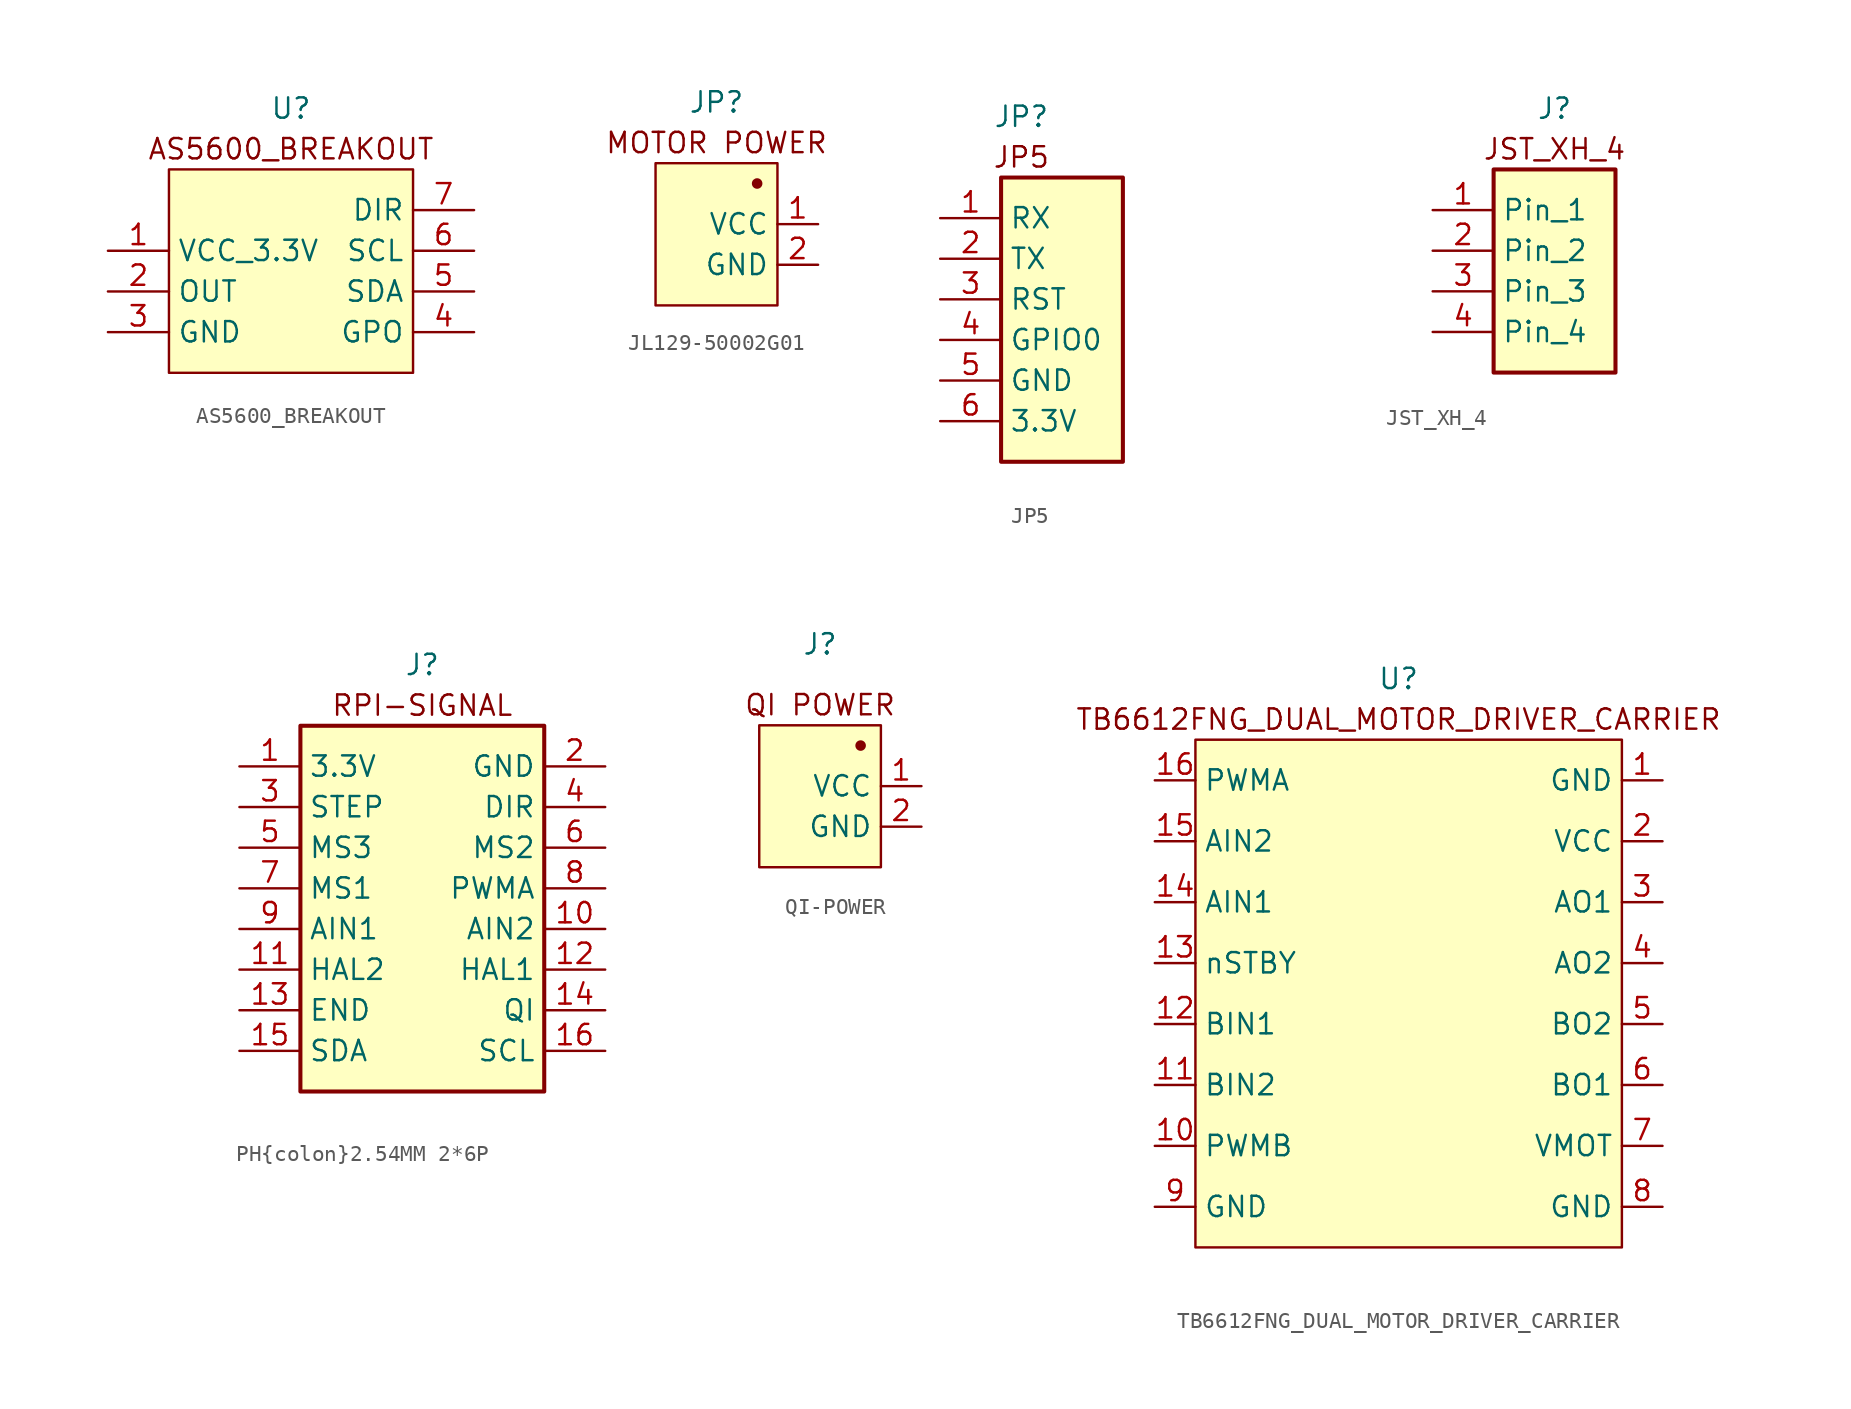
<source format=kicad_sym>
(kicad_symbol_lib
  (version 20220914)
  (generator kicad_symbol_editor)
  (symbol "AS5600_BREAKOUT"
    (property "Reference" "U"
      (at 0 10.16 0)
      (effects (font (size 1.27 1.27))))
    (property "Value" ""
      (at 1.27 -1.27 0)
      (effects (font (size 1.27 1.27))))
    (symbol "AS5600_BREAKOUT_1_1"
      (rectangle (start -7.62 6.35) (end 7.62 -6.35) (stroke (width 0) (type default)) (fill (type background)))
      (text "AS5600_BREAKOUT\n" (at 0 7.62 0) (effects (font (size 1.27 1.27))))
      (pin power_in line (at -11.43 1.27 0) (length 3.81) (name "VCC_3.3V" (effects (font (size 1.27 1.27)))) (number "1" (effects (font (size 1.27 1.27)))))
      (pin input line (at -11.43 -1.27 0) (length 3.81) (name "OUT" (effects (font (size 1.27 1.27)))) (number "2" (effects (font (size 1.27 1.27)))))
      (pin power_in line (at -11.43 -3.81 0) (length 3.81) (name "GND" (effects (font (size 1.27 1.27)))) (number "3" (effects (font (size 1.27 1.27)))))
      (pin input line (at 11.43 -3.81 180) (length 3.81) (name "GPO" (effects (font (size 1.27 1.27)))) (number "4" (effects (font (size 1.27 1.27)))))
      (pin input line (at 11.43 -1.27 180) (length 3.81) (name "SDA" (effects (font (size 1.27 1.27)))) (number "5" (effects (font (size 1.27 1.27)))))
      (pin input line (at 11.43 1.27 180) (length 3.81) (name "SCL" (effects (font (size 1.27 1.27)))) (number "6" (effects (font (size 1.27 1.27)))))
      (pin input line (at 11.43 3.81 180) (length 3.81) (name "DIR" (effects (font (size 1.27 1.27)))) (number "7" (effects (font (size 1.27 1.27)))))))
  (symbol "JL129-50002G01"
    (property "Reference" "JP"
      (at 0 8.89 0)
      (effects (font (size 1.27 1.27))))
    (property "Value" ""
      (at 2.54 0 0)
      (effects (font (size 1.27 1.27))))
    (symbol "JL129-50002G01_1_1"
      (rectangle (start -3.81 5.08) (end 3.81 -3.81) (stroke (width 0) (type default)) (fill (type background)))
      (circle (center 2.54 3.81) (radius 0.254) (stroke (width 0) (type default)) (fill (type outline)))
      (text "MOTOR POWER\n" (at 0 6.35 0) (effects (font (size 1.27 1.27))))
      (pin power_in line (at 6.35 1.27 180) (length 2.54) (name "VCC" (effects (font (size 1.27 1.27)))) (number "1" (effects (font (size 1.27 1.27)))))
      (pin power_in line (at 6.35 -1.27 180) (length 2.54) (name "GND" (effects (font (size 1.27 1.27)))) (number "2" (effects (font (size 1.27 1.27)))))))
  (symbol "JP5"
    (property "Reference" "JP"
      (at 0 12.7 0)
      (effects (font (size 1.27 1.27))))
    (property "Value" ""
      (at 1.27 -1.27 0)
      (effects (font (size 1.27 1.27))))
    (symbol "JP5_1_1"
      (rectangle (start -1.27 8.89) (end 6.35 -8.89) (stroke (width 0.254) (type default)) (fill (type background)))
      (text "JP5" (at 0 10.16 0) (effects (font (size 1.27 1.27))))
      (pin passive line (at -5.08 6.35 0) (length 3.81) (name "RX" (effects (font (size 1.27 1.27)))) (number "1" (effects (font (size 1.27 1.27)))))
      (pin passive line (at -5.08 3.81 0) (length 3.81) (name "TX" (effects (font (size 1.27 1.27)))) (number "2" (effects (font (size 1.27 1.27)))))
      (pin passive line (at -5.08 1.27 0) (length 3.81) (name "RST" (effects (font (size 1.27 1.27)))) (number "3" (effects (font (size 1.27 1.27)))))
      (pin passive line (at -5.08 -1.27 0) (length 3.81) (name "GPIO0" (effects (font (size 1.27 1.27)))) (number "4" (effects (font (size 1.27 1.27)))))
      (pin power_in line (at -5.08 -3.81 0) (length 3.81) (name "GND" (effects (font (size 1.27 1.27)))) (number "5" (effects (font (size 1.27 1.27)))))
      (pin power_in line (at -5.08 -6.35 0) (length 3.81) (name "3.3V" (effects (font (size 1.27 1.27)))) (number "6" (effects (font (size 1.27 1.27)))))))
  (symbol "JST_XH_4"
    (property "Reference" "J"
      (at 0 10.16 0)
      (effects (font (size 1.27 1.27))))
    (property "Value" ""
      (at -19.05 0 0)
      (effects (font (size 1.27 1.27))))
    (symbol "JST_XH_4_1_1"
      (rectangle (start -3.81 6.35) (end 3.81 -6.35) (stroke (width 0.254) (type default)) (fill (type background)))
      (text "JST_XH_4\n" (at 0 7.62 0) (effects (font (size 1.27 1.27))))
      (pin passive line (at -7.62 3.81 0) (length 3.81) (name "Pin_1" (effects (font (size 1.27 1.27)))) (number "1" (effects (font (size 1.27 1.27)))))
      (pin passive line (at -7.62 1.27 0) (length 3.81) (name "Pin_2" (effects (font (size 1.27 1.27)))) (number "2" (effects (font (size 1.27 1.27)))))
      (pin passive line (at -7.62 -1.27 0) (length 3.81) (name "Pin_3" (effects (font (size 1.27 1.27)))) (number "3" (effects (font (size 1.27 1.27)))))
      (pin passive line (at -7.62 -3.81 0) (length 3.81) (name "Pin_4" (effects (font (size 1.27 1.27)))) (number "4" (effects (font (size 1.27 1.27)))))))
  (symbol "PH{colon}2.54MM 2*6P"
    (property "Reference" "J"
      (at 0 12.7 0)
      (effects (font (size 1.27 1.27))))
    (property "Value" ""
      (at -19.05 0 0)
      (effects (font (size 1.27 1.27))))
    (symbol "PH{colon}2.54MM 2*6P_1_1"
      (rectangle (start -7.62 8.89) (end 7.62 -13.97) (stroke (width 0.254) (type default)) (fill (type background)))
      (text "RPI-SIGNAL" (at 0 10.16 0) (effects (font (size 1.27 1.27))))
      (pin power_in line (at -11.43 6.35 0) (length 3.81) (name "3.3V" (effects (font (size 1.27 1.27)))) (number "1" (effects (font (size 1.27 1.27)))))
      (pin passive line (at 11.43 -3.81 180) (length 3.81) (name "AIN2" (effects (font (size 1.27 1.27)))) (number "10" (effects (font (size 1.27 1.27)))))
      (pin passive line (at -11.43 -6.35 0) (length 3.81) (name "HAL2" (effects (font (size 1.27 1.27)))) (number "11" (effects (font (size 1.27 1.27)))))
      (pin passive line (at 11.43 -6.35 180) (length 3.81) (name "HAL1" (effects (font (size 1.27 1.27)))) (number "12" (effects (font (size 1.27 1.27)))))
      (pin passive line (at -11.43 -8.89 0) (length 3.81) (name "END" (effects (font (size 1.27 1.27)))) (number "13" (effects (font (size 1.27 1.27)))))
      (pin passive line (at 11.43 -8.89 180) (length 3.81) (name "QI" (effects (font (size 1.27 1.27)))) (number "14" (effects (font (size 1.27 1.27)))))
      (pin passive line (at -11.43 -11.43 0) (length 3.81) (name "SDA" (effects (font (size 1.27 1.27)))) (number "15" (effects (font (size 1.27 1.27)))))
      (pin passive line (at 11.43 -11.43 180) (length 3.81) (name "SCL" (effects (font (size 1.27 1.27)))) (number "16" (effects (font (size 1.27 1.27)))))
      (pin power_in line (at 11.43 6.35 180) (length 3.81) (name "GND" (effects (font (size 1.27 1.27)))) (number "2" (effects (font (size 1.27 1.27)))))
      (pin passive line (at -11.43 3.81 0) (length 3.81) (name "STEP" (effects (font (size 1.27 1.27)))) (number "3" (effects (font (size 1.27 1.27)))))
      (pin passive line (at 11.43 3.81 180) (length 3.81) (name "DIR" (effects (font (size 1.27 1.27)))) (number "4" (effects (font (size 1.27 1.27)))))
      (pin passive line (at -11.43 1.27 0) (length 3.81) (name "MS3" (effects (font (size 1.27 1.27)))) (number "5" (effects (font (size 1.27 1.27)))))
      (pin passive line (at 11.43 1.27 180) (length 3.81) (name "MS2" (effects (font (size 1.27 1.27)))) (number "6" (effects (font (size 1.27 1.27)))))
      (pin passive line (at -11.43 -1.27 0) (length 3.81) (name "MS1" (effects (font (size 1.27 1.27)))) (number "7" (effects (font (size 1.27 1.27)))))
      (pin passive line (at 11.43 -1.27 180) (length 3.81) (name "PWMA" (effects (font (size 1.27 1.27)))) (number "8" (effects (font (size 1.27 1.27)))))
      (pin passive line (at -11.43 -3.81 0) (length 3.81) (name "AIN1" (effects (font (size 1.27 1.27)))) (number "9" (effects (font (size 1.27 1.27)))))))
  (symbol "QI-POWER"
    (property "Reference" "J"
      (at 0 8.89 0)
      (effects (font (size 1.27 1.27))))
    (property "Value" ""
      (at 0 8.89 0)
      (effects (font (size 1.27 1.27))))
    (symbol "QI-POWER_1_1"
      (rectangle (start -3.81 3.81) (end 3.81 -5.08) (stroke (width 0) (type default)) (fill (type background)))
      (circle (center 2.54 2.54) (radius 0.254) (stroke (width 0) (type default)) (fill (type outline)))
      (text "QI POWER\n" (at 0 5.08 0) (effects (font (size 1.27 1.27))))
      (pin power_in line (at 6.35 0 180) (length 2.54) (name "VCC" (effects (font (size 1.27 1.27)))) (number "1" (effects (font (size 1.27 1.27)))))
      (pin power_in line (at 6.35 -2.54 180) (length 2.54) (name "GND" (effects (font (size 1.27 1.27)))) (number "2" (effects (font (size 1.27 1.27)))))))
  (symbol "TB6612FNG_DUAL_MOTOR_DRIVER_CARRIER"
    (property "Reference" "U"
      (at 0 19.05 0)
      (effects (font (size 1.27 1.27))))
    (property "Value" ""
      (at 0 0 0)
      (effects (font (size 1.27 1.27))))
    (symbol "TB6612FNG_DUAL_MOTOR_DRIVER_CARRIER_1_1"
      (rectangle (start -12.7 15.24) (end 13.97 -16.51) (stroke (width 0) (type default)) (fill (type background)))
      (text "TB6612FNG_DUAL_MOTOR_DRIVER_CARRIER" (at 0 16.51 0) (effects (font (size 1.27 1.27))))
      (pin power_in line (at 16.51 12.7 180) (length 2.54) (name "GND" (effects (font (size 1.27 1.27)))) (number "1" (effects (font (size 1.27 1.27)))))
      (pin input line (at -15.24 -10.16 0) (length 2.54) (name "PWMB" (effects (font (size 1.27 1.27)))) (number "10" (effects (font (size 1.27 1.27)))))
      (pin input line (at -15.24 -6.35 0) (length 2.54) (name "BIN2" (effects (font (size 1.27 1.27)))) (number "11" (effects (font (size 1.27 1.27)))))
      (pin input line (at -15.24 -2.54 0) (length 2.54) (name "BIN1" (effects (font (size 1.27 1.27)))) (number "12" (effects (font (size 1.27 1.27)))))
      (pin input line (at -15.24 1.27 0) (length 2.54) (name "nSTBY" (effects (font (size 1.27 1.27)))) (number "13" (effects (font (size 1.27 1.27)))))
      (pin input line (at -15.24 5.08 0) (length 2.54) (name "AIN1" (effects (font (size 1.27 1.27)))) (number "14" (effects (font (size 1.27 1.27)))))
      (pin input line (at -15.24 8.89 0) (length 2.54) (name "AIN2" (effects (font (size 1.27 1.27)))) (number "15" (effects (font (size 1.27 1.27)))))
      (pin input line (at -15.24 12.7 0) (length 2.54) (name "PWMA" (effects (font (size 1.27 1.27)))) (number "16" (effects (font (size 1.27 1.27)))))
      (pin power_in line (at 16.51 8.89 180) (length 2.54) (name "VCC" (effects (font (size 1.27 1.27)))) (number "2" (effects (font (size 1.27 1.27)))))
      (pin input line (at 16.51 5.08 180) (length 2.54) (name "AO1" (effects (font (size 1.27 1.27)))) (number "3" (effects (font (size 1.27 1.27)))))
      (pin input line (at 16.51 1.27 180) (length 2.54) (name "AO2" (effects (font (size 1.27 1.27)))) (number "4" (effects (font (size 1.27 1.27)))))
      (pin input line (at 16.51 -2.54 180) (length 2.54) (name "BO2" (effects (font (size 1.27 1.27)))) (number "5" (effects (font (size 1.27 1.27)))))
      (pin input line (at 16.51 -6.35 180) (length 2.54) (name "BO1" (effects (font (size 1.27 1.27)))) (number "6" (effects (font (size 1.27 1.27)))))
      (pin power_in line (at 16.51 -10.16 180) (length 2.54) (name "VMOT" (effects (font (size 1.27 1.27)))) (number "7" (effects (font (size 1.27 1.27)))))
      (pin power_in line (at 16.51 -13.97 180) (length 2.54) (name "GND" (effects (font (size 1.27 1.27)))) (number "8" (effects (font (size 1.27 1.27)))))
      (pin power_in line (at -15.24 -13.97 0) (length 2.54) (name "GND" (effects (font (size 1.27 1.27)))) (number "9" (effects (font (size 1.27 1.27))))))))
</source>
